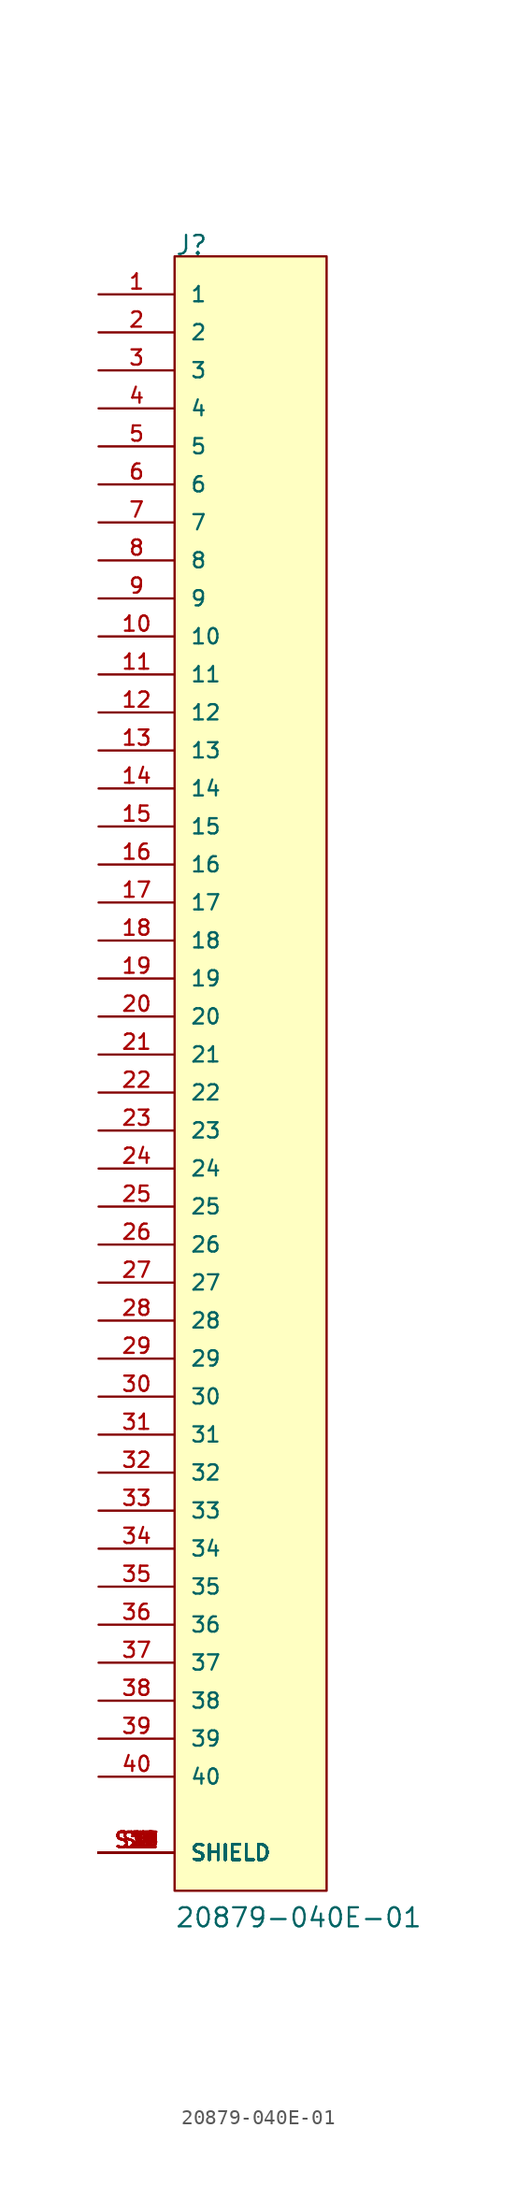
<source format=kicad_sym>
(kicad_symbol_lib
  (version 20211014)
  (generator kicad_symbol_editor)
  (symbol "20879-040E-01"
    (pin_names
      (offset 1.016))
    (property "Reference" "J"
      (at -5.08 53.34 0)
      (effects (font (size 1.27 1.27)) (justify left bottom)))
    (property "Value" "20879-040E-01"
      (at -5.08 -58.42 0)
      (effects (font (size 1.27 1.27)) (justify left bottom)))
    (property "ki_locked" ""
      (at 0 0 0)
      (effects (font (size 1.27 1.27))))
    (symbol "20879-040E-01_0_0"
      (rectangle (start -5.08 -55.88) (end 5.08 53.34) (stroke (width 0.152) (type default) (color 0 0 0 0)) (fill (type background)))
      (pin passive line (at -10.16 50.8 0) (length 5.08) (name "1" (effects (font (size 1.016 1.016)))) (number "1" (effects (font (size 1.016 1.016)))))
      (pin passive line (at -10.16 27.94 0) (length 5.08) (name "10" (effects (font (size 1.016 1.016)))) (number "10" (effects (font (size 1.016 1.016)))))
      (pin passive line (at -10.16 25.4 0) (length 5.08) (name "11" (effects (font (size 1.016 1.016)))) (number "11" (effects (font (size 1.016 1.016)))))
      (pin passive line (at -10.16 22.86 0) (length 5.08) (name "12" (effects (font (size 1.016 1.016)))) (number "12" (effects (font (size 1.016 1.016)))))
      (pin passive line (at -10.16 20.32 0) (length 5.08) (name "13" (effects (font (size 1.016 1.016)))) (number "13" (effects (font (size 1.016 1.016)))))
      (pin passive line (at -10.16 17.78 0) (length 5.08) (name "14" (effects (font (size 1.016 1.016)))) (number "14" (effects (font (size 1.016 1.016)))))
      (pin passive line (at -10.16 15.24 0) (length 5.08) (name "15" (effects (font (size 1.016 1.016)))) (number "15" (effects (font (size 1.016 1.016)))))
      (pin passive line (at -10.16 12.7 0) (length 5.08) (name "16" (effects (font (size 1.016 1.016)))) (number "16" (effects (font (size 1.016 1.016)))))
      (pin passive line (at -10.16 10.16 0) (length 5.08) (name "17" (effects (font (size 1.016 1.016)))) (number "17" (effects (font (size 1.016 1.016)))))
      (pin passive line (at -10.16 7.62 0) (length 5.08) (name "18" (effects (font (size 1.016 1.016)))) (number "18" (effects (font (size 1.016 1.016)))))
      (pin passive line (at -10.16 5.08 0) (length 5.08) (name "19" (effects (font (size 1.016 1.016)))) (number "19" (effects (font (size 1.016 1.016)))))
      (pin passive line (at -10.16 48.26 0) (length 5.08) (name "2" (effects (font (size 1.016 1.016)))) (number "2" (effects (font (size 1.016 1.016)))))
      (pin passive line (at -10.16 2.54 0) (length 5.08) (name "20" (effects (font (size 1.016 1.016)))) (number "20" (effects (font (size 1.016 1.016)))))
      (pin passive line (at -10.16 0 0) (length 5.08) (name "21" (effects (font (size 1.016 1.016)))) (number "21" (effects (font (size 1.016 1.016)))))
      (pin passive line (at -10.16 -2.54 0) (length 5.08) (name "22" (effects (font (size 1.016 1.016)))) (number "22" (effects (font (size 1.016 1.016)))))
      (pin passive line (at -10.16 -5.08 0) (length 5.08) (name "23" (effects (font (size 1.016 1.016)))) (number "23" (effects (font (size 1.016 1.016)))))
      (pin passive line (at -10.16 -7.62 0) (length 5.08) (name "24" (effects (font (size 1.016 1.016)))) (number "24" (effects (font (size 1.016 1.016)))))
      (pin passive line (at -10.16 -10.16 0) (length 5.08) (name "25" (effects (font (size 1.016 1.016)))) (number "25" (effects (font (size 1.016 1.016)))))
      (pin passive line (at -10.16 -12.7 0) (length 5.08) (name "26" (effects (font (size 1.016 1.016)))) (number "26" (effects (font (size 1.016 1.016)))))
      (pin passive line (at -10.16 -15.24 0) (length 5.08) (name "27" (effects (font (size 1.016 1.016)))) (number "27" (effects (font (size 1.016 1.016)))))
      (pin passive line (at -10.16 -17.78 0) (length 5.08) (name "28" (effects (font (size 1.016 1.016)))) (number "28" (effects (font (size 1.016 1.016)))))
      (pin passive line (at -10.16 -20.32 0) (length 5.08) (name "29" (effects (font (size 1.016 1.016)))) (number "29" (effects (font (size 1.016 1.016)))))
      (pin passive line (at -10.16 45.72 0) (length 5.08) (name "3" (effects (font (size 1.016 1.016)))) (number "3" (effects (font (size 1.016 1.016)))))
      (pin passive line (at -10.16 -22.86 0) (length 5.08) (name "30" (effects (font (size 1.016 1.016)))) (number "30" (effects (font (size 1.016 1.016)))))
      (pin passive line (at -10.16 -25.4 0) (length 5.08) (name "31" (effects (font (size 1.016 1.016)))) (number "31" (effects (font (size 1.016 1.016)))))
      (pin passive line (at -10.16 -27.94 0) (length 5.08) (name "32" (effects (font (size 1.016 1.016)))) (number "32" (effects (font (size 1.016 1.016)))))
      (pin passive line (at -10.16 -30.48 0) (length 5.08) (name "33" (effects (font (size 1.016 1.016)))) (number "33" (effects (font (size 1.016 1.016)))))
      (pin passive line (at -10.16 -33.02 0) (length 5.08) (name "34" (effects (font (size 1.016 1.016)))) (number "34" (effects (font (size 1.016 1.016)))))
      (pin passive line (at -10.16 -35.56 0) (length 5.08) (name "35" (effects (font (size 1.016 1.016)))) (number "35" (effects (font (size 1.016 1.016)))))
      (pin passive line (at -10.16 -38.1 0) (length 5.08) (name "36" (effects (font (size 1.016 1.016)))) (number "36" (effects (font (size 1.016 1.016)))))
      (pin passive line (at -10.16 -40.64 0) (length 5.08) (name "37" (effects (font (size 1.016 1.016)))) (number "37" (effects (font (size 1.016 1.016)))))
      (pin passive line (at -10.16 -43.18 0) (length 5.08) (name "38" (effects (font (size 1.016 1.016)))) (number "38" (effects (font (size 1.016 1.016)))))
      (pin passive line (at -10.16 -45.72 0) (length 5.08) (name "39" (effects (font (size 1.016 1.016)))) (number "39" (effects (font (size 1.016 1.016)))))
      (pin passive line (at -10.16 43.18 0) (length 5.08) (name "4" (effects (font (size 1.016 1.016)))) (number "4" (effects (font (size 1.016 1.016)))))
      (pin passive line (at -10.16 -48.26 0) (length 5.08) (name "40" (effects (font (size 1.016 1.016)))) (number "40" (effects (font (size 1.016 1.016)))))
      (pin passive line (at -10.16 40.64 0) (length 5.08) (name "5" (effects (font (size 1.016 1.016)))) (number "5" (effects (font (size 1.016 1.016)))))
      (pin passive line (at -10.16 38.1 0) (length 5.08) (name "6" (effects (font (size 1.016 1.016)))) (number "6" (effects (font (size 1.016 1.016)))))
      (pin passive line (at -10.16 35.56 0) (length 5.08) (name "7" (effects (font (size 1.016 1.016)))) (number "7" (effects (font (size 1.016 1.016)))))
      (pin passive line (at -10.16 33.02 0) (length 5.08) (name "8" (effects (font (size 1.016 1.016)))) (number "8" (effects (font (size 1.016 1.016)))))
      (pin passive line (at -10.16 30.48 0) (length 5.08) (name "9" (effects (font (size 1.016 1.016)))) (number "9" (effects (font (size 1.016 1.016)))))
      (pin passive line (at -10.16 -53.34 0) (length 5.08) (name "SHIELD" (effects (font (size 1.016 1.016)))) (number "S1" (effects (font (size 1.016 1.016)))))
      (pin passive line (at -10.16 -53.34 0) (length 5.08) (name "SHIELD" (effects (font (size 1.016 1.016)))) (number "S10" (effects (font (size 1.016 1.016)))))
      (pin passive line (at -10.16 -53.34 0) (length 5.08) (name "SHIELD" (effects (font (size 1.016 1.016)))) (number "S11" (effects (font (size 1.016 1.016)))))
      (pin passive line (at -10.16 -53.34 0) (length 5.08) (name "SHIELD" (effects (font (size 1.016 1.016)))) (number "S12" (effects (font (size 1.016 1.016)))))
      (pin passive line (at -10.16 -53.34 0) (length 5.08) (name "SHIELD" (effects (font (size 1.016 1.016)))) (number "S13" (effects (font (size 1.016 1.016)))))
      (pin passive line (at -10.16 -53.34 0) (length 5.08) (name "SHIELD" (effects (font (size 1.016 1.016)))) (number "S14" (effects (font (size 1.016 1.016)))))
      (pin passive line (at -10.16 -53.34 0) (length 5.08) (name "SHIELD" (effects (font (size 1.016 1.016)))) (number "S15" (effects (font (size 1.016 1.016)))))
      (pin passive line (at -10.16 -53.34 0) (length 5.08) (name "SHIELD" (effects (font (size 1.016 1.016)))) (number "S16" (effects (font (size 1.016 1.016)))))
      (pin passive line (at -10.16 -53.34 0) (length 5.08) (name "SHIELD" (effects (font (size 1.016 1.016)))) (number "S17" (effects (font (size 1.016 1.016)))))
      (pin passive line (at -10.16 -53.34 0) (length 5.08) (name "SHIELD" (effects (font (size 1.016 1.016)))) (number "S18" (effects (font (size 1.016 1.016)))))
      (pin passive line (at -10.16 -53.34 0) (length 5.08) (name "SHIELD" (effects (font (size 1.016 1.016)))) (number "S19" (effects (font (size 1.016 1.016)))))
      (pin passive line (at -10.16 -53.34 0) (length 5.08) (name "SHIELD" (effects (font (size 1.016 1.016)))) (number "S2" (effects (font (size 1.016 1.016)))))
      (pin passive line (at -10.16 -53.34 0) (length 5.08) (name "SHIELD" (effects (font (size 1.016 1.016)))) (number "S20" (effects (font (size 1.016 1.016)))))
      (pin passive line (at -10.16 -53.34 0) (length 5.08) (name "SHIELD" (effects (font (size 1.016 1.016)))) (number "S21" (effects (font (size 1.016 1.016)))))
      (pin passive line (at -10.16 -53.34 0) (length 5.08) (name "SHIELD" (effects (font (size 1.016 1.016)))) (number "S22" (effects (font (size 1.016 1.016)))))
      (pin passive line (at -10.16 -53.34 0) (length 5.08) (name "SHIELD" (effects (font (size 1.016 1.016)))) (number "S23" (effects (font (size 1.016 1.016)))))
      (pin passive line (at -10.16 -53.34 0) (length 5.08) (name "SHIELD" (effects (font (size 1.016 1.016)))) (number "S24" (effects (font (size 1.016 1.016)))))
      (pin passive line (at -10.16 -53.34 0) (length 5.08) (name "SHIELD" (effects (font (size 1.016 1.016)))) (number "S25" (effects (font (size 1.016 1.016)))))
      (pin passive line (at -10.16 -53.34 0) (length 5.08) (name "SHIELD" (effects (font (size 1.016 1.016)))) (number "S26" (effects (font (size 1.016 1.016)))))
      (pin passive line (at -10.16 -53.34 0) (length 5.08) (name "SHIELD" (effects (font (size 1.016 1.016)))) (number "S27" (effects (font (size 1.016 1.016)))))
      (pin passive line (at -10.16 -53.34 0) (length 5.08) (name "SHIELD" (effects (font (size 1.016 1.016)))) (number "S28" (effects (font (size 1.016 1.016)))))
      (pin passive line (at -10.16 -53.34 0) (length 5.08) (name "SHIELD" (effects (font (size 1.016 1.016)))) (number "S29" (effects (font (size 1.016 1.016)))))
      (pin passive line (at -10.16 -53.34 0) (length 5.08) (name "SHIELD" (effects (font (size 1.016 1.016)))) (number "S3" (effects (font (size 1.016 1.016)))))
      (pin passive line (at -10.16 -53.34 0) (length 5.08) (name "SHIELD" (effects (font (size 1.016 1.016)))) (number "S30" (effects (font (size 1.016 1.016)))))
      (pin passive line (at -10.16 -53.34 0) (length 5.08) (name "SHIELD" (effects (font (size 1.016 1.016)))) (number "S31" (effects (font (size 1.016 1.016)))))
      (pin passive line (at -10.16 -53.34 0) (length 5.08) (name "SHIELD" (effects (font (size 1.016 1.016)))) (number "S32" (effects (font (size 1.016 1.016)))))
      (pin passive line (at -10.16 -53.34 0) (length 5.08) (name "SHIELD" (effects (font (size 1.016 1.016)))) (number "S33" (effects (font (size 1.016 1.016)))))
      (pin passive line (at -10.16 -53.34 0) (length 5.08) (name "SHIELD" (effects (font (size 1.016 1.016)))) (number "S34" (effects (font (size 1.016 1.016)))))
      (pin passive line (at -10.16 -53.34 0) (length 5.08) (name "SHIELD" (effects (font (size 1.016 1.016)))) (number "S4" (effects (font (size 1.016 1.016)))))
      (pin passive line (at -10.16 -53.34 0) (length 5.08) (name "SHIELD" (effects (font (size 1.016 1.016)))) (number "S5" (effects (font (size 1.016 1.016)))))
      (pin passive line (at -10.16 -53.34 0) (length 5.08) (name "SHIELD" (effects (font (size 1.016 1.016)))) (number "S6" (effects (font (size 1.016 1.016)))))
      (pin passive line (at -10.16 -53.34 0) (length 5.08) (name "SHIELD" (effects (font (size 1.016 1.016)))) (number "S7" (effects (font (size 1.016 1.016)))))
      (pin passive line (at -10.16 -53.34 0) (length 5.08) (name "SHIELD" (effects (font (size 1.016 1.016)))) (number "S8" (effects (font (size 1.016 1.016)))))
      (pin passive line (at -10.16 -53.34 0) (length 5.08) (name "SHIELD" (effects (font (size 1.016 1.016)))) (number "S9" (effects (font (size 1.016 1.016))))))))
</source>
